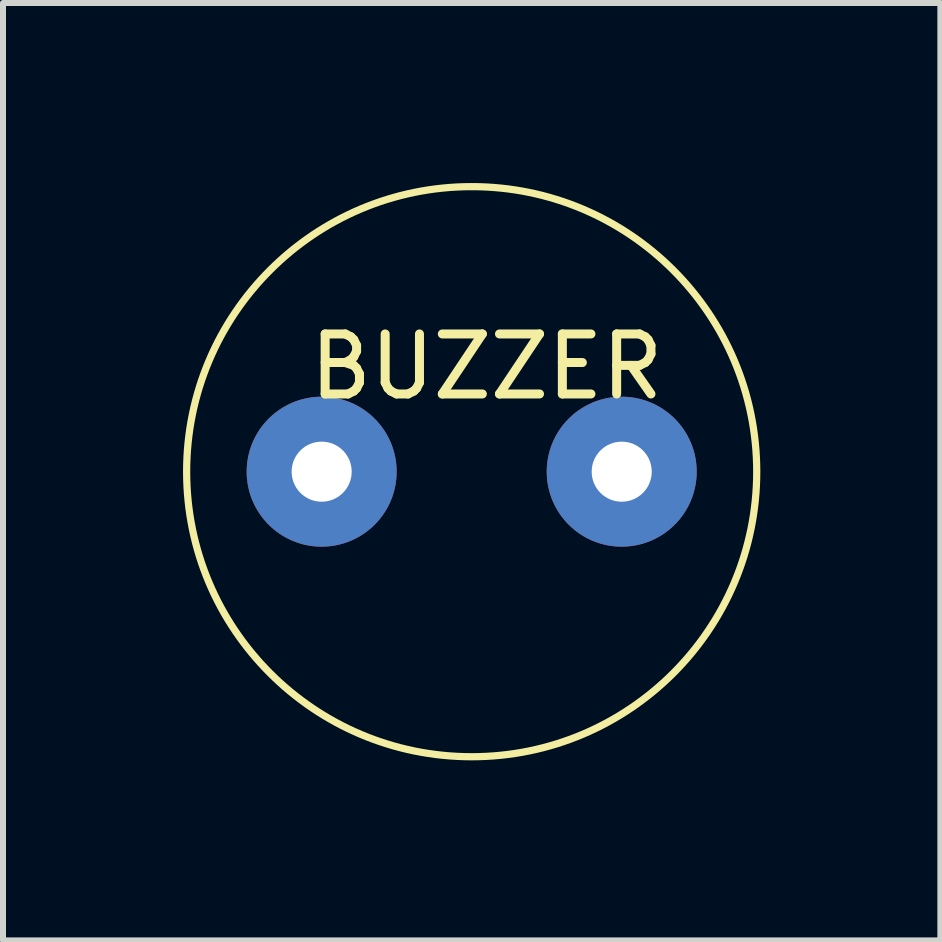
<source format=kicad_pcb>
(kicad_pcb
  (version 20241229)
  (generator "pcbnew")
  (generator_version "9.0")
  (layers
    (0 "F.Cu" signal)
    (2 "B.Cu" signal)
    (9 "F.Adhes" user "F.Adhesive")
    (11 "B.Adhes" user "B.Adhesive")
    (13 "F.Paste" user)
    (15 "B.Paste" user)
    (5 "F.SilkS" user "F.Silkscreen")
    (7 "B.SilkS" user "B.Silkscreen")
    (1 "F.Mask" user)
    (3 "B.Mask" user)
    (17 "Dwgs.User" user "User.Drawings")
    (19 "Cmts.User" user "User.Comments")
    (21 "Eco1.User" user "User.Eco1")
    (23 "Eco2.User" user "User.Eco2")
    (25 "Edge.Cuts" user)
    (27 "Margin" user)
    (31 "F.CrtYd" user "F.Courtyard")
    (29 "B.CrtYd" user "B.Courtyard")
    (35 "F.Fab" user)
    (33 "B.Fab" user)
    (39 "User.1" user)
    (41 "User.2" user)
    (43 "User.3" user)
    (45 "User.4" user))
  (footprint "BUZZER"
    (layer "F.Cu")
    (at 4.81 4.81)
    (property "Reference" "BUZZER" (at 0.249 -1.75 0) (layer "F.SilkS") (effects (font (size 1 1) (thickness 0.15))))
    (attr through_hole)
    (fp_circle (center 0 0) (end 4.75 0) (stroke (width 0.12) (type solid)) (fill no) (layer "F.SilkS"))
    (pad "1" thru_hole circle (at -2.5 0) (size 2.499 2.499) (drill 1.001) (layers "*.Cu" "*.Mask"))
    (pad "2" thru_hole circle (at 2.5 0) (size 2.499 2.499) (drill 1.001) (layers "*.Cu" "*.Mask")))
  (gr_rect
    (start -3 -3)
    (end 12.62 12.62)
    (stroke (width 0.1) (type default))
    (fill no)
    (layer "Edge.Cuts")))
</source>
